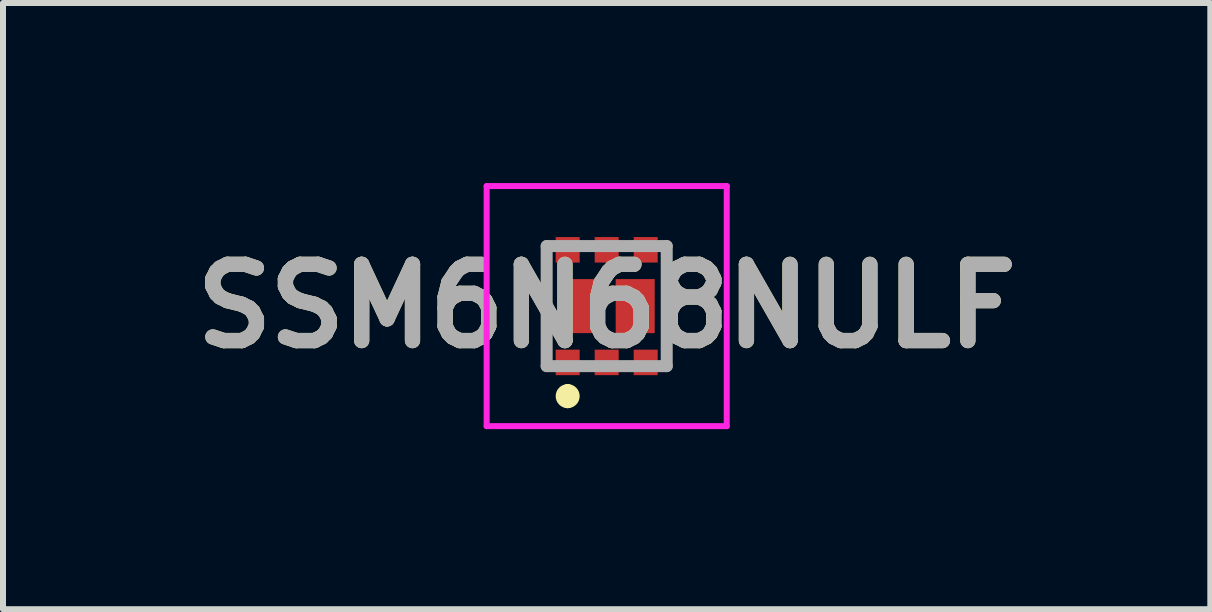
<source format=kicad_pcb>
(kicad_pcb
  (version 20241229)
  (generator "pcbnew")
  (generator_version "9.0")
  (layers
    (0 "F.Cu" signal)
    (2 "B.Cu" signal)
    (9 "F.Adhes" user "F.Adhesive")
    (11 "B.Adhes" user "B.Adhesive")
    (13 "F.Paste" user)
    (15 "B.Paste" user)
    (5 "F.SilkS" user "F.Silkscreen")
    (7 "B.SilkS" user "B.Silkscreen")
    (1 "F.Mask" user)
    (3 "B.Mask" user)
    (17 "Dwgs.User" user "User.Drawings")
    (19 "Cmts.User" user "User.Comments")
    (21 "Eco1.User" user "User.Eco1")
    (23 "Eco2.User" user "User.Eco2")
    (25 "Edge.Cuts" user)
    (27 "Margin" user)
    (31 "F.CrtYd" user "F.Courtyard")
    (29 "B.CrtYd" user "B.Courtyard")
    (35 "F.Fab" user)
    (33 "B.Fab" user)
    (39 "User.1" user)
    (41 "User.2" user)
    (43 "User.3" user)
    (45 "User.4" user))
  (footprint "SSM6N68NULF"
    (layer "F.Cu")
    (at 7.058 2.05)
    (property "Reference" "SSM6N68NULF" (at 0 0 0) (layer "F.SilkS") (effects (font (size 1.27 1.27) (thickness 0.254))))
    (attr smd)
    (fp_line (start -1 -1) (end -1 1) (stroke (width 0.1) (type solid)) (layer "F.SilkS"))
    (fp_line (start -0.65 1.4) (end -0.65 1.4) (stroke (width 0.2) (type solid)) (layer "F.SilkS"))
    (fp_line (start -0.65 1.6) (end -0.65 1.6) (stroke (width 0.2) (type solid)) (layer "F.SilkS"))
    (fp_line (start 1 -1) (end 1 1) (stroke (width 0.1) (type solid)) (layer "F.SilkS"))
    (fp_arc (start -0.65 1.4) (mid -0.55 1.5) (end -0.65 1.6) (stroke (width 0.2) (type solid)) (layer "F.SilkS"))
    (fp_arc (start -0.65 1.6) (mid -0.75 1.5) (end -0.65 1.4) (stroke (width 0.2) (type solid)) (layer "F.SilkS"))
    (fp_line (start -2 -2) (end 2 -2) (stroke (width 0.1) (type solid)) (layer "F.CrtYd"))
    (fp_line (start -2 2) (end -2 -2) (stroke (width 0.1) (type solid)) (layer "F.CrtYd"))
    (fp_line (start 2 -2) (end 2 2) (stroke (width 0.1) (type solid)) (layer "F.CrtYd"))
    (fp_line (start 2 2) (end -2 2) (stroke (width 0.1) (type solid)) (layer "F.CrtYd"))
    (fp_line (start -1 -1) (end 1 -1) (stroke (width 0.2) (type solid)) (layer "F.Fab"))
    (fp_line (start -1 1) (end -1 -1) (stroke (width 0.2) (type solid)) (layer "F.Fab"))
    (fp_line (start 1 -1) (end 1 1) (stroke (width 0.2) (type solid)) (layer "F.Fab"))
    (fp_line (start 1 1) (end -1 1) (stroke (width 0.2) (type solid)) (layer "F.Fab"))
    (fp_text user "${REFERENCE}" (at 0 0 0) (layer "F.Fab") (effects (font (size 1.27 1.27) (thickness 0.254))))
    (pad "1" smd rect (at -0.65 0.938) (size 0.4 0.425) (layers "F.Cu" "F.Mask" "F.Paste"))
    (pad "2" smd rect (at 0 0.938) (size 0.4 0.425) (layers "F.Cu" "F.Mask" "F.Paste"))
    (pad "3" smd rect (at 0.65 0.938) (size 0.4 0.425) (layers "F.Cu" "F.Mask" "F.Paste"))
    (pad "4" smd rect (at 0.65 -0.938) (size 0.4 0.425) (layers "F.Cu" "F.Mask" "F.Paste"))
    (pad "5" smd rect (at 0 -0.938) (size 0.4 0.425) (layers "F.Cu" "F.Mask" "F.Paste"))
    (pad "6" smd rect (at -0.65 -0.938) (size 0.4 0.425) (layers "F.Cu" "F.Mask" "F.Paste"))
    (pad "7" smd rect (at 0.475 0) (size 0.65 0.9) (layers "F.Cu" "F.Mask" "F.Paste"))
    (pad "8" smd rect (at -0.475 0) (size 0.65 0.9) (layers "F.Cu" "F.Mask" "F.Paste")))
  (gr_rect
    (start -3 -3)
    (end 17.115 7.1)
    (stroke (width 0.1) (type default))
    (fill no)
    (layer "Edge.Cuts")))
</source>
